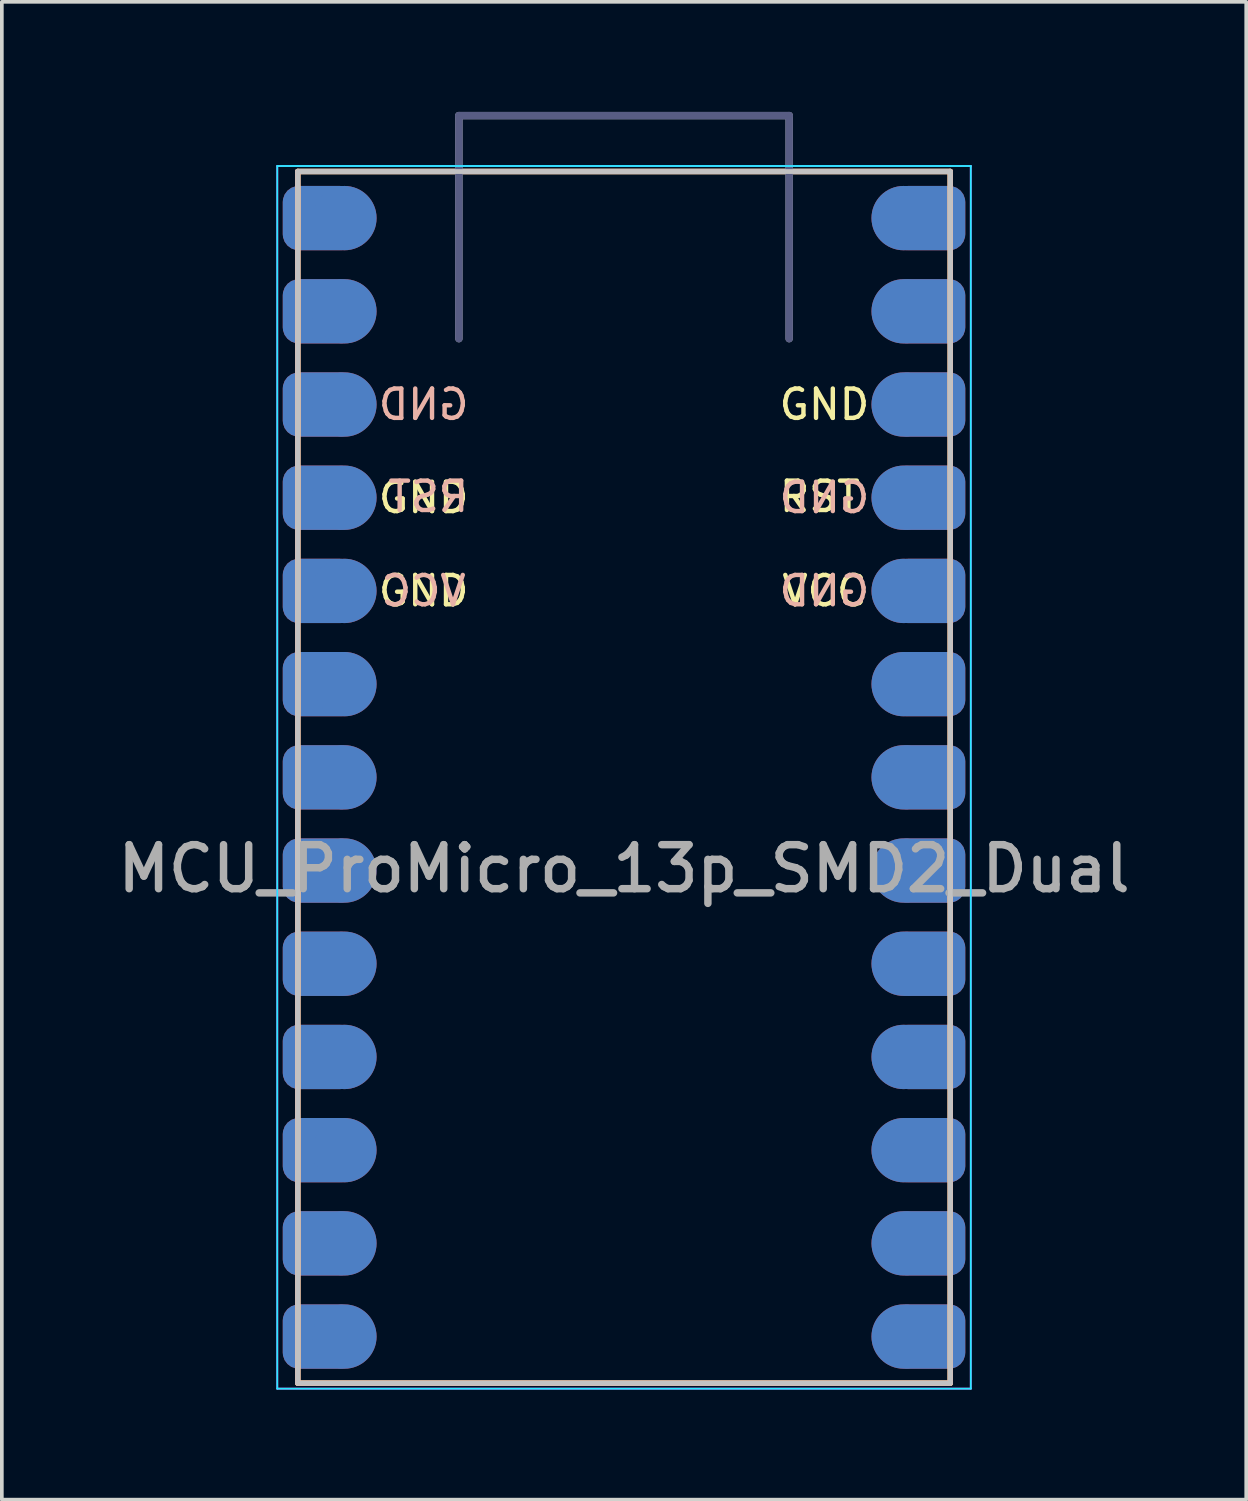
<source format=kicad_pcb>
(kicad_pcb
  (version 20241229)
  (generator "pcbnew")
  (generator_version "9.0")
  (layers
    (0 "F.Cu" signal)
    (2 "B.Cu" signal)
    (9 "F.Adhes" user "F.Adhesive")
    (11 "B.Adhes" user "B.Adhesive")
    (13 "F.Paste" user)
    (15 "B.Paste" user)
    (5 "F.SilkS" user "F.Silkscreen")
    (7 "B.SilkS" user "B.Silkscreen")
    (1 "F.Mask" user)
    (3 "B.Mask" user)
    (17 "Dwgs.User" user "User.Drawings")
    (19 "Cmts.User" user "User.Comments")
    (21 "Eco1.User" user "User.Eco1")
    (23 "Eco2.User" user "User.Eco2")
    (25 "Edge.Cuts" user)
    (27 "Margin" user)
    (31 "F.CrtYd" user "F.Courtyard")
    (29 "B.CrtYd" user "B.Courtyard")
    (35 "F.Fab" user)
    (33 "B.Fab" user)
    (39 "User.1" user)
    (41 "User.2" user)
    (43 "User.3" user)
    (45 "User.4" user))
  (footprint "MCU_ProMicro_13p_SMD2_Dual"
    (layer "F.Cu")
    (at 13.956 18.624)
    (property "Reference" "MCU_ProMicro_13p_SMD2_Dual" (at 0 2 180) (layer "F.Fab") (effects (font (size 1.2 1.2) (thickness 0.203))))
    (attr through_hole)
    (fp_line (start -8.89 -17) (end -8.89 16.02) (stroke (width 0.15) (type default)) (layer "F.SilkS"))
    (fp_line (start -8.89 -17) (end 8.89 -17) (stroke (width 0.15) (type default)) (layer "F.SilkS"))
    (fp_line (start 8.89 16.02) (end -8.89 16.02) (stroke (width 0.15) (type default)) (layer "F.SilkS"))
    (fp_line (start 8.89 16.02) (end 8.89 -17) (stroke (width 0.15) (type default)) (layer "F.SilkS"))
    (fp_line (start -8.89 16.02) (end -8.89 -17) (stroke (width 0.15) (type default)) (layer "B.SilkS"))
    (fp_line (start -8.89 16.02) (end 8.89 16.02) (stroke (width 0.15) (type default)) (layer "B.SilkS"))
    (fp_line (start 8.89 -17) (end -8.89 -17) (stroke (width 0.15) (type default)) (layer "B.SilkS"))
    (fp_line (start 8.89 -17) (end 8.89 16.02) (stroke (width 0.15) (type default)) (layer "B.SilkS"))
    (fp_line (start -8.89 -17) (end -8.89 16.02) (stroke (width 0.12) (type default)) (layer "Dwgs.User"))
    (fp_line (start -8.89 -17) (end 8.89 -17) (stroke (width 0.12) (type default)) (layer "Dwgs.User"))
    (fp_line (start -8.89 16.02) (end -8.89 -17) (stroke (width 0.12) (type default)) (layer "Dwgs.User"))
    (fp_line (start -8.89 16.02) (end 8.89 16.02) (stroke (width 0.12) (type default)) (layer "Dwgs.User"))
    (fp_line (start 8.89 -17) (end -8.89 -17) (stroke (width 0.12) (type default)) (layer "Dwgs.User"))
    (fp_line (start 8.89 -17) (end 8.89 16.02) (stroke (width 0.12) (type default)) (layer "Dwgs.User"))
    (fp_line (start 8.89 16.02) (end -8.89 16.02) (stroke (width 0.12) (type default)) (layer "Dwgs.User"))
    (fp_line (start 8.89 16.02) (end 8.89 -17) (stroke (width 0.12) (type default)) (layer "Dwgs.User"))
    (fp_line (start -9.45 -17.15) (end -9.45 16.17) (stroke (width 0.05) (type default)) (layer "B.CrtYd"))
    (fp_line (start -9.45 16.17) (end 9.45 16.17) (stroke (width 0.05) (type default)) (layer "B.CrtYd"))
    (fp_line (start 9.45 -17.15) (end -9.45 -17.15) (stroke (width 0.05) (type default)) (layer "B.CrtYd"))
    (fp_line (start 9.45 -17.15) (end 9.45 16.17) (stroke (width 0.05) (type default)) (layer "B.CrtYd"))
    (fp_line (start -9.45 -17.15) (end -9.45 16.17) (stroke (width 0.05) (type default)) (layer "F.CrtYd"))
    (fp_line (start -9.45 -17.15) (end 9.45 -17.15) (stroke (width 0.05) (type default)) (layer "F.CrtYd"))
    (fp_line (start 9.45 -17.15) (end 9.45 16.17) (stroke (width 0.05) (type default)) (layer "F.CrtYd"))
    (fp_line (start 9.45 16.17) (end -9.45 16.17) (stroke (width 0.05) (type default)) (layer "F.CrtYd"))
    (fp_line (start -4.5 -18.524) (end -4.5 -12.444) (stroke (width 0.2) (type solid)) (layer "B.Fab"))
    (fp_line (start 4.5 -18.524) (end -4.5 -18.524) (stroke (width 0.2) (type solid)) (layer "B.Fab"))
    (fp_line (start 4.5 -12.444) (end 4.5 -18.524) (stroke (width 0.2) (type solid)) (layer "B.Fab"))
    (fp_line (start -4.5 -18.524) (end 4.5 -18.524) (stroke (width 0.2) (type solid)) (layer "F.Fab"))
    (fp_line (start -4.5 -12.444) (end -4.5 -18.524) (stroke (width 0.2) (type solid)) (layer "F.Fab"))
    (fp_line (start 4.5 -18.524) (end 4.5 -12.444) (stroke (width 0.2) (type solid)) (layer "F.Fab"))
    (fp_text user "VCC" (at 5.461 -5.57 0) (layer "F.SilkS") (effects (font (size 0.8 0.8) (thickness 0.12))))
    (fp_text user "GND" (at 5.461 -10.65 0) (layer "F.SilkS") (effects (font (size 0.8 0.8) (thickness 0.12))))
    (fp_text user "GND" (at -5.461 -5.57 0) (layer "F.SilkS") (effects (font (size 0.8 0.8) (thickness 0.12))))
    (fp_text user "RST" (at 5.334 -8.14 0) (layer "F.SilkS") (effects (font (size 0.8 0.8) (thickness 0.12))))
    (fp_text user "GND" (at -5.461 -8.11 0) (layer "F.SilkS") (effects (font (size 0.8 0.8) (thickness 0.12))))
    (fp_text user "RST" (at -5.334 -8.14 0) (layer "B.SilkS") (effects (font (size 0.8 0.8) (thickness 0.12)) (justify mirror)))
    (fp_text user "GND" (at -5.461 -10.65 0) (layer "B.SilkS") (effects (font (size 0.8 0.8) (thickness 0.12)) (justify mirror)))
    (fp_text user "GND" (at 5.461 -8.11 0) (layer "B.SilkS") (effects (font (size 0.8 0.8) (thickness 0.12)) (justify mirror)))
    (fp_text user "VCC" (at -5.461 -5.57 0) (layer "B.SilkS") (effects (font (size 0.8 0.8) (thickness 0.12)) (justify mirror)))
    (fp_text user "GND" (at 5.461 -5.57 0) (layer "B.SilkS") (effects (font (size 0.8 0.8) (thickness 0.12)) (justify mirror)))
    (pad "1" smd roundrect (at -8.3 -15.73) (size 2 1.753) (layers "F.Cu" "F.Mask") (roundrect_rratio 0.25) (chamfer_ratio 0.2) (chamfer))
    (pad "1" smd circle (at -7.62 -15.73 270) (size 1.753 1.753) (layers "F.Cu" "F.Mask"))
    (pad "1" smd circle (at 7.62 -15.73 90) (size 1.753 1.753) (layers "B.Cu" "B.Mask"))
    (pad "1" smd roundrect (at 8.3 -15.73) (size 2 1.753) (layers "B.Cu" "B.Mask") (roundrect_rratio 0.25) (chamfer_ratio 0.2) (chamfer))
    (pad "2" smd roundrect (at -8.3 -13.19) (size 2 1.753) (layers "F.Cu" "F.Mask") (roundrect_rratio 0.25) (chamfer_ratio 0.2) (chamfer))
    (pad "2" smd circle (at -7.62 -13.19 270) (size 1.753 1.753) (layers "F.Cu" "F.Mask"))
    (pad "2" smd circle (at 7.62 -13.19 90) (size 1.753 1.753) (layers "B.Cu" "B.Mask"))
    (pad "2" smd roundrect (at 8.3 -13.19) (size 2 1.753) (layers "B.Cu" "B.Mask") (roundrect_rratio 0.25) (chamfer_ratio 0.2) (chamfer))
    (pad "3" smd roundrect (at -8.3 -10.65) (size 2 1.753) (layers "F.Cu" "F.Mask") (roundrect_rratio 0.25) (chamfer_ratio 0.2) (chamfer))
    (pad "3" smd circle (at -7.62 -10.65 270) (size 1.753 1.753) (layers "F.Cu" "F.Mask"))
    (pad "3" smd circle (at 7.62 -10.65 90) (size 1.753 1.753) (layers "B.Cu" "B.Mask"))
    (pad "3" smd roundrect (at 8.3 -10.65) (size 2 1.753) (layers "B.Cu" "B.Mask") (roundrect_rratio 0.25) (chamfer_ratio 0.2) (chamfer))
    (pad "4" smd roundrect (at -8.3 -8.11) (size 2 1.753) (layers "F.Cu" "F.Mask") (roundrect_rratio 0.25) (chamfer_ratio 0.2) (chamfer))
    (pad "4" smd circle (at -7.62 -8.11 270) (size 1.753 1.753) (layers "F.Cu" "F.Mask"))
    (pad "4" smd circle (at 7.62 -8.11 90) (size 1.753 1.753) (layers "B.Cu" "B.Mask"))
    (pad "4" smd roundrect (at 8.3 -8.11) (size 2 1.753) (layers "B.Cu" "B.Mask") (roundrect_rratio 0.25) (chamfer_ratio 0.2) (chamfer))
    (pad "5" smd roundrect (at -8.3 -5.57) (size 2 1.753) (layers "F.Cu" "F.Mask") (roundrect_rratio 0.25) (chamfer_ratio 0.2) (chamfer))
    (pad "5" smd circle (at -7.62 -5.57 270) (size 1.753 1.753) (layers "F.Cu" "F.Mask"))
    (pad "5" smd circle (at 7.62 -5.57 90) (size 1.753 1.753) (layers "B.Cu" "B.Mask"))
    (pad "5" smd roundrect (at 8.3 -5.57) (size 2 1.753) (layers "B.Cu" "B.Mask") (roundrect_rratio 0.25) (chamfer_ratio 0.2) (chamfer))
    (pad "6" smd roundrect (at -8.3 -3.03) (size 2 1.753) (layers "F.Cu" "F.Mask") (roundrect_rratio 0.25) (chamfer_ratio 0.2) (chamfer))
    (pad "6" smd circle (at -7.62 -3.03 270) (size 1.753 1.753) (layers "F.Cu" "F.Mask"))
    (pad "6" smd circle (at 7.62 -3.03 90) (size 1.753 1.753) (layers "B.Cu" "B.Mask"))
    (pad "6" smd roundrect (at 8.3 -3.03) (size 2 1.753) (layers "B.Cu" "B.Mask") (roundrect_rratio 0.25) (chamfer_ratio 0.2) (chamfer))
    (pad "7" smd roundrect (at -8.3 -0.49) (size 2 1.753) (layers "F.Cu" "F.Mask") (roundrect_rratio 0.25) (chamfer_ratio 0.2) (chamfer))
    (pad "7" smd circle (at -7.62 -0.49 270) (size 1.753 1.753) (layers "F.Cu" "F.Mask"))
    (pad "7" smd circle (at 7.62 -0.49 90) (size 1.753 1.753) (layers "B.Cu" "B.Mask"))
    (pad "7" smd roundrect (at 8.3 -0.49) (size 2 1.753) (layers "B.Cu" "B.Mask") (roundrect_rratio 0.25) (chamfer_ratio 0.2) (chamfer))
    (pad "8" smd roundrect (at -8.3 2.05) (size 2 1.753) (layers "F.Cu" "F.Mask") (roundrect_rratio 0.25) (chamfer_ratio 0.2) (chamfer))
    (pad "8" smd circle (at -7.62 2.05 270) (size 1.753 1.753) (layers "F.Cu" "F.Mask"))
    (pad "8" smd circle (at 7.62 2.05 90) (size 1.753 1.753) (layers "B.Cu" "B.Mask"))
    (pad "8" smd roundrect (at 8.3 2.05) (size 2 1.753) (layers "B.Cu" "B.Mask") (roundrect_rratio 0.25) (chamfer_ratio 0.2) (chamfer))
    (pad "9" smd roundrect (at -8.3 4.59) (size 2 1.753) (layers "F.Cu" "F.Mask") (roundrect_rratio 0.25) (chamfer_ratio 0.2) (chamfer))
    (pad "9" smd circle (at -7.62 4.59 270) (size 1.753 1.753) (layers "F.Cu" "F.Mask"))
    (pad "9" smd circle (at 7.62 4.59 90) (size 1.753 1.753) (layers "B.Cu" "B.Mask"))
    (pad "9" smd roundrect (at 8.3 4.59) (size 2 1.753) (layers "B.Cu" "B.Mask") (roundrect_rratio 0.25) (chamfer_ratio 0.2) (chamfer))
    (pad "10" smd roundrect (at -8.3 7.13) (size 2 1.753) (layers "F.Cu" "F.Mask") (roundrect_rratio 0.25) (chamfer_ratio 0.2) (chamfer))
    (pad "10" smd circle (at -7.62 7.13 270) (size 1.753 1.753) (layers "F.Cu" "F.Mask"))
    (pad "10" smd circle (at 7.62 7.13 90) (size 1.753 1.753) (layers "B.Cu" "B.Mask"))
    (pad "10" smd roundrect (at 8.3 7.13) (size 2 1.753) (layers "B.Cu" "B.Mask") (roundrect_rratio 0.25) (chamfer_ratio 0.2) (chamfer))
    (pad "11" smd roundrect (at -8.3 9.67) (size 2 1.753) (layers "F.Cu" "F.Mask") (roundrect_rratio 0.25) (chamfer_ratio 0.2) (chamfer))
    (pad "11" smd circle (at -7.62 9.67 270) (size 1.753 1.753) (layers "F.Cu" "F.Mask"))
    (pad "11" smd circle (at 7.62 9.67 90) (size 1.753 1.753) (layers "B.Cu" "B.Mask"))
    (pad "11" smd roundrect (at 8.3 9.67) (size 2 1.753) (layers "B.Cu" "B.Mask") (roundrect_rratio 0.25) (chamfer_ratio 0.2) (chamfer))
    (pad "12" smd roundrect (at -8.3 12.21) (size 2 1.753) (layers "F.Cu" "F.Mask") (roundrect_rratio 0.25) (chamfer_ratio 0.2) (chamfer))
    (pad "12" smd circle (at -7.62 12.21 270) (size 1.753 1.753) (layers "F.Cu" "F.Mask"))
    (pad "12" smd circle (at 7.62 12.21 90) (size 1.753 1.753) (layers "B.Cu" "B.Mask"))
    (pad "12" smd roundrect (at 8.3 12.21) (size 2 1.753) (layers "B.Cu" "B.Mask") (roundrect_rratio 0.25) (chamfer_ratio 0.2) (chamfer))
    (pad "13" smd roundrect (at -8.3 14.75) (size 2 1.753) (layers "F.Cu" "F.Mask") (roundrect_rratio 0.25) (chamfer_ratio 0.2) (chamfer))
    (pad "13" smd circle (at -7.62 14.75 270) (size 1.753 1.753) (layers "F.Cu" "F.Mask"))
    (pad "13" smd circle (at 7.62 14.75 90) (size 1.753 1.753) (layers "B.Cu" "B.Mask"))
    (pad "13" smd roundrect (at 8.3 14.75) (size 2 1.753) (layers "B.Cu" "B.Mask") (roundrect_rratio 0.25) (chamfer_ratio 0.2) (chamfer))
    (pad "14" smd roundrect (at -8.3 14.75 180) (size 2 1.753) (layers "B.Cu" "B.Mask") (roundrect_rratio 0.25) (chamfer_ratio 0.2) (chamfer))
    (pad "14" smd circle (at -7.62 14.75 90) (size 1.753 1.753) (layers "B.Cu" "B.Mask"))
    (pad "14" smd circle (at 7.62 14.75 270) (size 1.753 1.753) (layers "F.Cu" "F.Mask"))
    (pad "14" smd roundrect (at 8.3 14.75 180) (size 2 1.753) (layers "F.Cu" "F.Mask") (roundrect_rratio 0.25) (chamfer_ratio 0.2) (chamfer))
    (pad "15" smd roundrect (at -8.3 12.21 180) (size 2 1.753) (layers "B.Cu" "B.Mask") (roundrect_rratio 0.25) (chamfer_ratio 0.2) (chamfer))
    (pad "15" smd circle (at -7.62 12.21 90) (size 1.753 1.753) (layers "B.Cu" "B.Mask"))
    (pad "15" smd circle (at 7.62 12.21 270) (size 1.753 1.753) (layers "F.Cu" "F.Mask"))
    (pad "15" smd roundrect (at 8.3 12.21 180) (size 2 1.753) (layers "F.Cu" "F.Mask") (roundrect_rratio 0.25) (chamfer_ratio 0.2) (chamfer))
    (pad "16" smd roundrect (at -8.3 9.67 180) (size 2 1.753) (layers "B.Cu" "B.Mask") (roundrect_rratio 0.25) (chamfer_ratio 0.2) (chamfer))
    (pad "16" smd circle (at -7.62 9.67 90) (size 1.753 1.753) (layers "B.Cu" "B.Mask"))
    (pad "16" smd circle (at 7.62 9.67 270) (size 1.753 1.753) (layers "F.Cu" "F.Mask"))
    (pad "16" smd roundrect (at 8.3 9.67 180) (size 2 1.753) (layers "F.Cu" "F.Mask") (roundrect_rratio 0.25) (chamfer_ratio 0.2) (chamfer))
    (pad "17" smd roundrect (at -8.3 7.13 180) (size 2 1.753) (layers "B.Cu" "B.Mask") (roundrect_rratio 0.25) (chamfer_ratio 0.2) (chamfer))
    (pad "17" smd circle (at -7.62 7.13 90) (size 1.753 1.753) (layers "B.Cu" "B.Mask"))
    (pad "17" smd circle (at 7.62 7.13 270) (size 1.753 1.753) (layers "F.Cu" "F.Mask"))
    (pad "17" smd roundrect (at 8.3 7.13 180) (size 2 1.753) (layers "F.Cu" "F.Mask") (roundrect_rratio 0.25) (chamfer_ratio 0.2) (chamfer))
    (pad "18" smd roundrect (at -8.3 4.59 180) (size 2 1.753) (layers "B.Cu" "B.Mask") (roundrect_rratio 0.25) (chamfer_ratio 0.2) (chamfer))
    (pad "18" smd circle (at -7.62 4.59 90) (size 1.753 1.753) (layers "B.Cu" "B.Mask"))
    (pad "18" smd circle (at 7.62 4.59 270) (size 1.753 1.753) (layers "F.Cu" "F.Mask"))
    (pad "18" smd roundrect (at 8.3 4.59 180) (size 2 1.753) (layers "F.Cu" "F.Mask") (roundrect_rratio 0.25) (chamfer_ratio 0.2) (chamfer))
    (pad "19" smd roundrect (at -8.3 2.05 180) (size 2 1.753) (layers "B.Cu" "B.Mask") (roundrect_rratio 0.25) (chamfer_ratio 0.2) (chamfer))
    (pad "19" smd circle (at -7.62 2.05 90) (size 1.753 1.753) (layers "B.Cu" "B.Mask"))
    (pad "19" smd circle (at 7.62 2.05 270) (size 1.753 1.753) (layers "F.Cu" "F.Mask"))
    (pad "19" smd roundrect (at 8.3 2.05 180) (size 2 1.753) (layers "F.Cu" "F.Mask") (roundrect_rratio 0.25) (chamfer_ratio 0.2) (chamfer))
    (pad "20" smd roundrect (at -8.3 -0.49 180) (size 2 1.753) (layers "B.Cu" "B.Mask") (roundrect_rratio 0.25) (chamfer_ratio 0.2) (chamfer))
    (pad "20" smd circle (at -7.62 -0.49 90) (size 1.753 1.753) (layers "B.Cu" "B.Mask"))
    (pad "20" smd circle (at 7.62 -0.49 270) (size 1.753 1.753) (layers "F.Cu" "F.Mask"))
    (pad "20" smd roundrect (at 8.3 -0.49 180) (size 2 1.753) (layers "F.Cu" "F.Mask") (roundrect_rratio 0.25) (chamfer_ratio 0.2) (chamfer))
    (pad "21" smd roundrect (at -8.3 -3.03 180) (size 2 1.753) (layers "B.Cu" "B.Mask") (roundrect_rratio 0.25) (chamfer_ratio 0.2) (chamfer))
    (pad "21" smd circle (at -7.62 -3.03 90) (size 1.753 1.753) (layers "B.Cu" "B.Mask"))
    (pad "21" smd circle (at 7.62 -3.03 270) (size 1.753 1.753) (layers "F.Cu" "F.Mask"))
    (pad "21" smd roundrect (at 8.3 -3.03 180) (size 2 1.753) (layers "F.Cu" "F.Mask") (roundrect_rratio 0.25) (chamfer_ratio 0.2) (chamfer))
    (pad "22" smd roundrect (at -8.3 -5.57 180) (size 2 1.753) (layers "B.Cu" "B.Mask") (roundrect_rratio 0.25) (chamfer_ratio 0.2) (chamfer))
    (pad "22" smd circle (at -7.62 -5.57 90) (size 1.753 1.753) (layers "B.Cu" "B.Mask"))
    (pad "22" smd circle (at 7.62 -5.57 270) (size 1.753 1.753) (layers "F.Cu" "F.Mask"))
    (pad "22" smd roundrect (at 8.3 -5.57 180) (size 2 1.753) (layers "F.Cu" "F.Mask") (roundrect_rratio 0.25) (chamfer_ratio 0.2) (chamfer))
    (pad "23" smd roundrect (at -8.3 -8.11 180) (size 2 1.753) (layers "B.Cu" "B.Mask") (roundrect_rratio 0.25) (chamfer_ratio 0.2) (chamfer))
    (pad "23" smd circle (at -7.62 -8.11 90) (size 1.753 1.753) (layers "B.Cu" "B.Mask"))
    (pad "23" smd circle (at 7.62 -8.11 270) (size 1.753 1.753) (layers "F.Cu" "F.Mask"))
    (pad "23" smd roundrect (at 8.3 -8.11 180) (size 2 1.753) (layers "F.Cu" "F.Mask") (roundrect_rratio 0.25) (chamfer_ratio 0.2) (chamfer))
    (pad "24" smd roundrect (at -8.3 -10.65 180) (size 2 1.753) (layers "B.Cu" "B.Mask") (roundrect_rratio 0.25) (chamfer_ratio 0.2) (chamfer))
    (pad "24" smd circle (at -7.62 -10.65 90) (size 1.753 1.753) (layers "B.Cu" "B.Mask"))
    (pad "24" smd circle (at 7.62 -10.65 270) (size 1.753 1.753) (layers "F.Cu" "F.Mask"))
    (pad "24" smd roundrect (at 8.3 -10.65 180) (size 2 1.753) (layers "F.Cu" "F.Mask") (roundrect_rratio 0.25) (chamfer_ratio 0.2) (chamfer))
    (pad "25" smd roundrect (at -8.3 -13.19 180) (size 2 1.753) (layers "B.Cu" "B.Mask") (roundrect_rratio 0.25) (chamfer_ratio 0.2) (chamfer))
    (pad "25" smd circle (at -7.62 -13.19 90) (size 1.753 1.753) (layers "B.Cu" "B.Mask"))
    (pad "25" smd circle (at 7.62 -13.19 270) (size 1.753 1.753) (layers "F.Cu" "F.Mask"))
    (pad "25" smd roundrect (at 8.3 -13.19 180) (size 2 1.753) (layers "F.Cu" "F.Mask") (roundrect_rratio 0.25) (chamfer_ratio 0.2) (chamfer))
    (pad "26" smd roundrect (at -8.3 -15.73 180) (size 2 1.753) (layers "B.Cu" "B.Mask") (roundrect_rratio 0.25) (chamfer_ratio 0.2) (chamfer))
    (pad "26" smd circle (at -7.62 -15.73 90) (size 1.753 1.753) (layers "B.Cu" "B.Mask"))
    (pad "26" smd circle (at 7.62 -15.73 270) (size 1.753 1.753) (layers "F.Cu" "F.Mask"))
    (pad "26" smd roundrect (at 8.3 -15.73 180) (size 2 1.753) (layers "F.Cu" "F.Mask") (roundrect_rratio 0.25) (chamfer_ratio 0.2) (chamfer)))
  (gr_rect
    (start -3 -3)
    (end 30.912 37.819)
    (stroke (width 0.1) (type default))
    (fill no)
    (layer "Edge.Cuts")))
</source>
